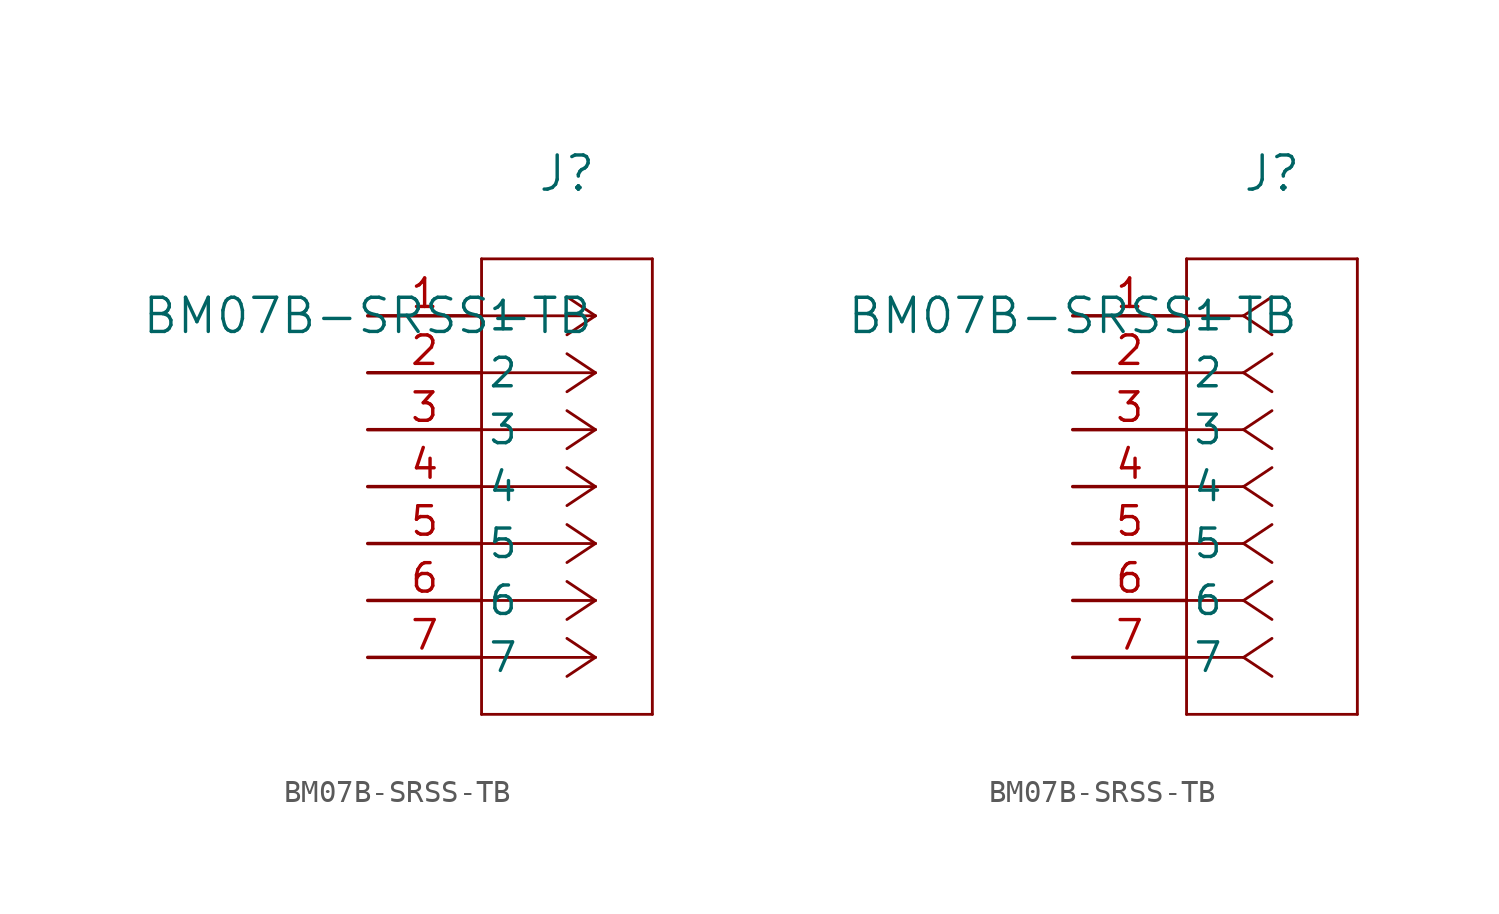
<source format=kicad_sym>
(kicad_symbol_lib
  (version 20211014)
  (generator kicad_symbol_editor)
  (symbol "BM07B-SRSS-TB"
    (pin_names
      (offset 0.254))
    (property "Reference" "J"
      (at 8.89 6.35 0)
      (effects (font (size 1.524 1.524))))
    (property "Value" "BM07B-SRSS-TB"
      (at 0 0 0)
      (effects (font (size 1.524 1.524))))
    (symbol "BM07B-SRSS-TB_1_1"
      (polyline (pts (xy 10.16 0) (xy 5.08 0)) (stroke (width 0.127) (type default) (color 0 0 0 0)) (fill (type none)))
      (polyline (pts (xy 10.16 -2.54) (xy 5.08 -2.54)) (stroke (width 0.127) (type default) (color 0 0 0 0)) (fill (type none)))
      (polyline (pts (xy 10.16 -5.08) (xy 5.08 -5.08)) (stroke (width 0.127) (type default) (color 0 0 0 0)) (fill (type none)))
      (polyline (pts (xy 10.16 -7.62) (xy 5.08 -7.62)) (stroke (width 0.127) (type default) (color 0 0 0 0)) (fill (type none)))
      (polyline (pts (xy 10.16 -10.16) (xy 5.08 -10.16)) (stroke (width 0.127) (type default) (color 0 0 0 0)) (fill (type none)))
      (polyline (pts (xy 10.16 -12.7) (xy 5.08 -12.7)) (stroke (width 0.127) (type default) (color 0 0 0 0)) (fill (type none)))
      (polyline (pts (xy 10.16 -15.24) (xy 5.08 -15.24)) (stroke (width 0.127) (type default) (color 0 0 0 0)) (fill (type none)))
      (polyline (pts (xy 10.16 0) (xy 8.89 0.847)) (stroke (width 0.127) (type default) (color 0 0 0 0)) (fill (type none)))
      (polyline (pts (xy 10.16 -2.54) (xy 8.89 -1.693)) (stroke (width 0.127) (type default) (color 0 0 0 0)) (fill (type none)))
      (polyline (pts (xy 10.16 -5.08) (xy 8.89 -4.233)) (stroke (width 0.127) (type default) (color 0 0 0 0)) (fill (type none)))
      (polyline (pts (xy 10.16 -7.62) (xy 8.89 -6.773)) (stroke (width 0.127) (type default) (color 0 0 0 0)) (fill (type none)))
      (polyline (pts (xy 10.16 -10.16) (xy 8.89 -9.313)) (stroke (width 0.127) (type default) (color 0 0 0 0)) (fill (type none)))
      (polyline (pts (xy 10.16 -12.7) (xy 8.89 -11.853)) (stroke (width 0.127) (type default) (color 0 0 0 0)) (fill (type none)))
      (polyline (pts (xy 10.16 -15.24) (xy 8.89 -14.393)) (stroke (width 0.127) (type default) (color 0 0 0 0)) (fill (type none)))
      (polyline (pts (xy 10.16 0) (xy 8.89 -0.847)) (stroke (width 0.127) (type default) (color 0 0 0 0)) (fill (type none)))
      (polyline (pts (xy 10.16 -2.54) (xy 8.89 -3.387)) (stroke (width 0.127) (type default) (color 0 0 0 0)) (fill (type none)))
      (polyline (pts (xy 10.16 -5.08) (xy 8.89 -5.927)) (stroke (width 0.127) (type default) (color 0 0 0 0)) (fill (type none)))
      (polyline (pts (xy 10.16 -7.62) (xy 8.89 -8.467)) (stroke (width 0.127) (type default) (color 0 0 0 0)) (fill (type none)))
      (polyline (pts (xy 10.16 -10.16) (xy 8.89 -11.007)) (stroke (width 0.127) (type default) (color 0 0 0 0)) (fill (type none)))
      (polyline (pts (xy 10.16 -12.7) (xy 8.89 -13.547)) (stroke (width 0.127) (type default) (color 0 0 0 0)) (fill (type none)))
      (polyline (pts (xy 10.16 -15.24) (xy 8.89 -16.087)) (stroke (width 0.127) (type default) (color 0 0 0 0)) (fill (type none)))
      (polyline (pts (xy 5.08 2.54) (xy 5.08 -17.78)) (stroke (width 0.127) (type default) (color 0 0 0 0)) (fill (type none)))
      (polyline (pts (xy 5.08 -17.78) (xy 12.7 -17.78)) (stroke (width 0.127) (type default) (color 0 0 0 0)) (fill (type none)))
      (polyline (pts (xy 12.7 -17.78) (xy 12.7 2.54)) (stroke (width 0.127) (type default) (color 0 0 0 0)) (fill (type none)))
      (polyline (pts (xy 12.7 2.54) (xy 5.08 2.54)) (stroke (width 0.127) (type default) (color 0 0 0 0)) (fill (type none)))
      (pin unspecified line (at 0 0 0) (length 5.08) (name "1" (effects (font (size 1.27 1.27)))) (number "1" (effects (font (size 1.27 1.27)))))
      (pin unspecified line (at 0 -2.54 0) (length 5.08) (name "2" (effects (font (size 1.27 1.27)))) (number "2" (effects (font (size 1.27 1.27)))))
      (pin unspecified line (at 0 -5.08 0) (length 5.08) (name "3" (effects (font (size 1.27 1.27)))) (number "3" (effects (font (size 1.27 1.27)))))
      (pin unspecified line (at 0 -7.62 0) (length 5.08) (name "4" (effects (font (size 1.27 1.27)))) (number "4" (effects (font (size 1.27 1.27)))))
      (pin unspecified line (at 0 -10.16 0) (length 5.08) (name "5" (effects (font (size 1.27 1.27)))) (number "5" (effects (font (size 1.27 1.27)))))
      (pin unspecified line (at 0 -12.7 0) (length 5.08) (name "6" (effects (font (size 1.27 1.27)))) (number "6" (effects (font (size 1.27 1.27)))))
      (pin unspecified line (at 0 -15.24 0) (length 5.08) (name "7" (effects (font (size 1.27 1.27)))) (number "7" (effects (font (size 1.27 1.27))))))
    (symbol "BM07B-SRSS-TB_1_2"
      (polyline (pts (xy 7.62 0) (xy 5.08 0)) (stroke (width 0.127) (type default) (color 0 0 0 0)) (fill (type none)))
      (polyline (pts (xy 7.62 -2.54) (xy 5.08 -2.54)) (stroke (width 0.127) (type default) (color 0 0 0 0)) (fill (type none)))
      (polyline (pts (xy 7.62 -5.08) (xy 5.08 -5.08)) (stroke (width 0.127) (type default) (color 0 0 0 0)) (fill (type none)))
      (polyline (pts (xy 7.62 -7.62) (xy 5.08 -7.62)) (stroke (width 0.127) (type default) (color 0 0 0 0)) (fill (type none)))
      (polyline (pts (xy 7.62 -10.16) (xy 5.08 -10.16)) (stroke (width 0.127) (type default) (color 0 0 0 0)) (fill (type none)))
      (polyline (pts (xy 7.62 -12.7) (xy 5.08 -12.7)) (stroke (width 0.127) (type default) (color 0 0 0 0)) (fill (type none)))
      (polyline (pts (xy 7.62 -15.24) (xy 5.08 -15.24)) (stroke (width 0.127) (type default) (color 0 0 0 0)) (fill (type none)))
      (polyline (pts (xy 7.62 0) (xy 8.89 0.847)) (stroke (width 0.127) (type default) (color 0 0 0 0)) (fill (type none)))
      (polyline (pts (xy 7.62 -2.54) (xy 8.89 -1.693)) (stroke (width 0.127) (type default) (color 0 0 0 0)) (fill (type none)))
      (polyline (pts (xy 7.62 -5.08) (xy 8.89 -4.233)) (stroke (width 0.127) (type default) (color 0 0 0 0)) (fill (type none)))
      (polyline (pts (xy 7.62 -7.62) (xy 8.89 -6.773)) (stroke (width 0.127) (type default) (color 0 0 0 0)) (fill (type none)))
      (polyline (pts (xy 7.62 -10.16) (xy 8.89 -9.313)) (stroke (width 0.127) (type default) (color 0 0 0 0)) (fill (type none)))
      (polyline (pts (xy 7.62 -12.7) (xy 8.89 -11.853)) (stroke (width 0.127) (type default) (color 0 0 0 0)) (fill (type none)))
      (polyline (pts (xy 7.62 -15.24) (xy 8.89 -14.393)) (stroke (width 0.127) (type default) (color 0 0 0 0)) (fill (type none)))
      (polyline (pts (xy 7.62 0) (xy 8.89 -0.847)) (stroke (width 0.127) (type default) (color 0 0 0 0)) (fill (type none)))
      (polyline (pts (xy 7.62 -2.54) (xy 8.89 -3.387)) (stroke (width 0.127) (type default) (color 0 0 0 0)) (fill (type none)))
      (polyline (pts (xy 7.62 -5.08) (xy 8.89 -5.927)) (stroke (width 0.127) (type default) (color 0 0 0 0)) (fill (type none)))
      (polyline (pts (xy 7.62 -7.62) (xy 8.89 -8.467)) (stroke (width 0.127) (type default) (color 0 0 0 0)) (fill (type none)))
      (polyline (pts (xy 7.62 -10.16) (xy 8.89 -11.007)) (stroke (width 0.127) (type default) (color 0 0 0 0)) (fill (type none)))
      (polyline (pts (xy 7.62 -12.7) (xy 8.89 -13.547)) (stroke (width 0.127) (type default) (color 0 0 0 0)) (fill (type none)))
      (polyline (pts (xy 7.62 -15.24) (xy 8.89 -16.087)) (stroke (width 0.127) (type default) (color 0 0 0 0)) (fill (type none)))
      (polyline (pts (xy 5.08 2.54) (xy 5.08 -17.78)) (stroke (width 0.127) (type default) (color 0 0 0 0)) (fill (type none)))
      (polyline (pts (xy 5.08 -17.78) (xy 12.7 -17.78)) (stroke (width 0.127) (type default) (color 0 0 0 0)) (fill (type none)))
      (polyline (pts (xy 12.7 -17.78) (xy 12.7 2.54)) (stroke (width 0.127) (type default) (color 0 0 0 0)) (fill (type none)))
      (polyline (pts (xy 12.7 2.54) (xy 5.08 2.54)) (stroke (width 0.127) (type default) (color 0 0 0 0)) (fill (type none)))
      (pin unspecified line (at 0 0 0) (length 5.08) (name "1" (effects (font (size 1.27 1.27)))) (number "1" (effects (font (size 1.27 1.27)))))
      (pin unspecified line (at 0 -2.54 0) (length 5.08) (name "2" (effects (font (size 1.27 1.27)))) (number "2" (effects (font (size 1.27 1.27)))))
      (pin unspecified line (at 0 -5.08 0) (length 5.08) (name "3" (effects (font (size 1.27 1.27)))) (number "3" (effects (font (size 1.27 1.27)))))
      (pin unspecified line (at 0 -7.62 0) (length 5.08) (name "4" (effects (font (size 1.27 1.27)))) (number "4" (effects (font (size 1.27 1.27)))))
      (pin unspecified line (at 0 -10.16 0) (length 5.08) (name "5" (effects (font (size 1.27 1.27)))) (number "5" (effects (font (size 1.27 1.27)))))
      (pin unspecified line (at 0 -12.7 0) (length 5.08) (name "6" (effects (font (size 1.27 1.27)))) (number "6" (effects (font (size 1.27 1.27)))))
      (pin unspecified line (at 0 -15.24 0) (length 5.08) (name "7" (effects (font (size 1.27 1.27)))) (number "7" (effects (font (size 1.27 1.27))))))))
</source>
